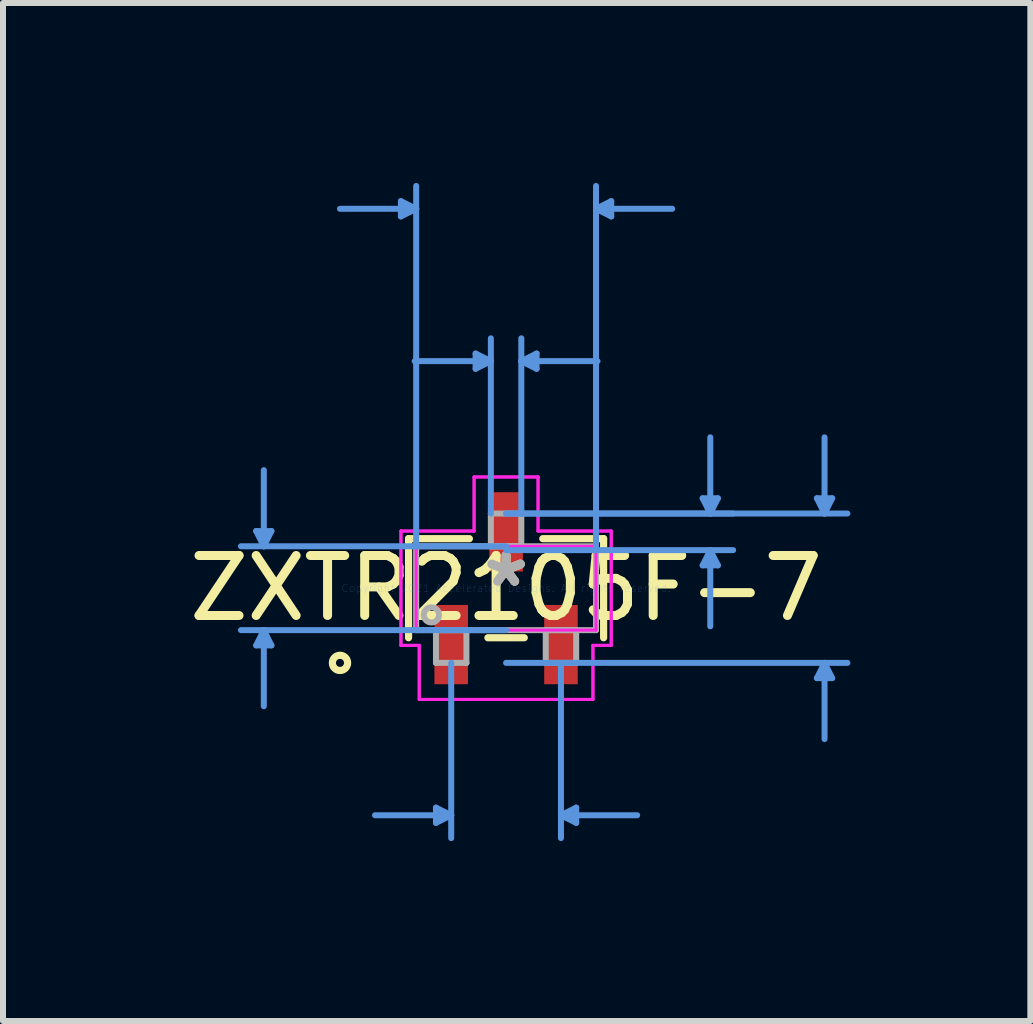
<source format=kicad_pcb>
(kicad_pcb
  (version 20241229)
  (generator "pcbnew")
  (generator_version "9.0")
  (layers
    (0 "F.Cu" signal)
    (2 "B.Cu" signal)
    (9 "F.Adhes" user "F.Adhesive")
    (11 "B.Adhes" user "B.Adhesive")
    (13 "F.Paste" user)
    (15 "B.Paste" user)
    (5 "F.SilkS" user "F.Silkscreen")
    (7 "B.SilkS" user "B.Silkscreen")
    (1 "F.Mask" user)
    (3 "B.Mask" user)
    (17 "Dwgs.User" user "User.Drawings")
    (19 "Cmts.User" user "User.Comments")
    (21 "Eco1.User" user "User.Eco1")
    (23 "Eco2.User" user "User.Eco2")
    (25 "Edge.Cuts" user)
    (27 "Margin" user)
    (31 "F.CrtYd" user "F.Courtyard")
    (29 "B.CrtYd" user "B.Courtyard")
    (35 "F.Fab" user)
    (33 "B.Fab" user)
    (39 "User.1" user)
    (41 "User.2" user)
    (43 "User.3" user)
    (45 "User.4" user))
  (footprint "ZXTR2105F-7"
    (layer "F.Cu")
    (at 5.387 6.756)
    (property "Reference" "ZXTR2105F-7" (at 0 0 0) (layer "F.SilkS") (effects (font (size 1 1) (thickness 0.15))))
    (attr through_hole)
    (fp_line (start -1.626 -0.826) (end -1.626 0.826) (stroke (width 0.12) (type solid)) (layer "F.SilkS"))
    (fp_line (start -0.612 -0.826) (end -1.626 -0.826) (stroke (width 0.12) (type solid)) (layer "F.SilkS"))
    (fp_line (start -0.303 0.826) (end 0.303 0.826) (stroke (width 0.12) (type solid)) (layer "F.SilkS"))
    (fp_line (start 1.626 -0.826) (end 0.612 -0.826) (stroke (width 0.12) (type solid)) (layer "F.SilkS"))
    (fp_line (start 1.626 0.826) (end 1.626 -0.826) (stroke (width 0.12) (type solid)) (layer "F.SilkS"))
    (fp_circle (center -2.769 1.245) (end -2.642 1.245) (stroke (width 0.12) (type solid)) (fill no) (layer "F.SilkS"))
    (fp_line (start -4.166 -0.953) (end -3.912 -0.953) (stroke (width 0.1) (type solid)) (layer "Cmts.User"))
    (fp_line (start -4.166 0.953) (end -3.912 0.953) (stroke (width 0.1) (type solid)) (layer "Cmts.User"))
    (fp_line (start -4.039 -0.699) (end -4.166 -0.953) (stroke (width 0.1) (type solid)) (layer "Cmts.User"))
    (fp_line (start -4.039 -0.699) (end -4.039 -1.968) (stroke (width 0.1) (type solid)) (layer "Cmts.User"))
    (fp_line (start -4.039 -0.699) (end -3.912 -0.953) (stroke (width 0.1) (type solid)) (layer "Cmts.User"))
    (fp_line (start -4.039 0.699) (end -4.166 0.953) (stroke (width 0.1) (type solid)) (layer "Cmts.User"))
    (fp_line (start -4.039 0.699) (end -4.039 1.968) (stroke (width 0.1) (type solid)) (layer "Cmts.User"))
    (fp_line (start -4.039 0.699) (end -3.912 0.953) (stroke (width 0.1) (type solid)) (layer "Cmts.User"))
    (fp_line (start -1.753 -6.452) (end -1.753 -6.198) (stroke (width 0.1) (type solid)) (layer "Cmts.User"))
    (fp_line (start -1.499 -6.325) (end -2.769 -6.325) (stroke (width 0.1) (type solid)) (layer "Cmts.User"))
    (fp_line (start -1.499 -6.325) (end -1.753 -6.452) (stroke (width 0.1) (type solid)) (layer "Cmts.User"))
    (fp_line (start -1.499 -6.325) (end -1.753 -6.198) (stroke (width 0.1) (type solid)) (layer "Cmts.User"))
    (fp_line (start -1.499 -0.699) (end -1.499 -6.706) (stroke (width 0.1) (type solid)) (layer "Cmts.User"))
    (fp_line (start -1.169 3.658) (end -1.169 3.912) (stroke (width 0.1) (type solid)) (layer "Cmts.User"))
    (fp_line (start -0.915 1.245) (end -0.915 4.166) (stroke (width 0.1) (type solid)) (layer "Cmts.User"))
    (fp_line (start -0.915 3.785) (end -2.185 3.785) (stroke (width 0.1) (type solid)) (layer "Cmts.User"))
    (fp_line (start -0.915 3.785) (end -1.169 3.658) (stroke (width 0.1) (type solid)) (layer "Cmts.User"))
    (fp_line (start -0.915 3.785) (end -1.169 3.912) (stroke (width 0.1) (type solid)) (layer "Cmts.User"))
    (fp_line (start -0.508 -3.912) (end -0.508 -3.658) (stroke (width 0.1) (type solid)) (layer "Cmts.User"))
    (fp_line (start -0.254 -3.785) (end -1.524 -3.785) (stroke (width 0.1) (type solid)) (layer "Cmts.User"))
    (fp_line (start -0.254 -3.785) (end -0.508 -3.912) (stroke (width 0.1) (type solid)) (layer "Cmts.User"))
    (fp_line (start -0.254 -3.785) (end -0.508 -3.658) (stroke (width 0.1) (type solid)) (layer "Cmts.User"))
    (fp_line (start -0.254 -1.245) (end -0.254 -4.166) (stroke (width 0.1) (type solid)) (layer "Cmts.User"))
    (fp_line (start 0 -1.245) (end 3.785 -1.245) (stroke (width 0.1) (type solid)) (layer "Cmts.User"))
    (fp_line (start 0 -1.245) (end 5.69 -1.245) (stroke (width 0.1) (type solid)) (layer "Cmts.User"))
    (fp_line (start 0 -0.699) (end -4.42 -0.699) (stroke (width 0.1) (type solid)) (layer "Cmts.User"))
    (fp_line (start 0 -0.635) (end 3.785 -0.635) (stroke (width 0.1) (type solid)) (layer "Cmts.User"))
    (fp_line (start 0 0.699) (end -4.42 0.699) (stroke (width 0.1) (type solid)) (layer "Cmts.User"))
    (fp_line (start 0 1.245) (end 5.69 1.245) (stroke (width 0.1) (type solid)) (layer "Cmts.User"))
    (fp_line (start 0.254 -3.785) (end 0.508 -3.912) (stroke (width 0.1) (type solid)) (layer "Cmts.User"))
    (fp_line (start 0.254 -3.785) (end 0.508 -3.658) (stroke (width 0.1) (type solid)) (layer "Cmts.User"))
    (fp_line (start 0.254 -3.785) (end 1.524 -3.785) (stroke (width 0.1) (type solid)) (layer "Cmts.User"))
    (fp_line (start 0.254 -1.245) (end 0.254 -4.166) (stroke (width 0.1) (type solid)) (layer "Cmts.User"))
    (fp_line (start 0.508 -3.912) (end 0.508 -3.658) (stroke (width 0.1) (type solid)) (layer "Cmts.User"))
    (fp_line (start 0.915 1.245) (end 0.915 4.166) (stroke (width 0.1) (type solid)) (layer "Cmts.User"))
    (fp_line (start 0.915 3.785) (end 1.169 3.658) (stroke (width 0.1) (type solid)) (layer "Cmts.User"))
    (fp_line (start 0.915 3.785) (end 1.169 3.912) (stroke (width 0.1) (type solid)) (layer "Cmts.User"))
    (fp_line (start 0.915 3.785) (end 2.185 3.785) (stroke (width 0.1) (type solid)) (layer "Cmts.User"))
    (fp_line (start 1.169 3.658) (end 1.169 3.912) (stroke (width 0.1) (type solid)) (layer "Cmts.User"))
    (fp_line (start 1.499 -6.325) (end 1.753 -6.452) (stroke (width 0.1) (type solid)) (layer "Cmts.User"))
    (fp_line (start 1.499 -6.325) (end 1.753 -6.198) (stroke (width 0.1) (type solid)) (layer "Cmts.User"))
    (fp_line (start 1.499 -6.325) (end 2.769 -6.325) (stroke (width 0.1) (type solid)) (layer "Cmts.User"))
    (fp_line (start 1.499 -0.699) (end 1.499 -6.706) (stroke (width 0.1) (type solid)) (layer "Cmts.User"))
    (fp_line (start 1.753 -6.452) (end 1.753 -6.198) (stroke (width 0.1) (type solid)) (layer "Cmts.User"))
    (fp_line (start 3.277 -1.499) (end 3.531 -1.499) (stroke (width 0.1) (type solid)) (layer "Cmts.User"))
    (fp_line (start 3.277 -0.381) (end 3.531 -0.381) (stroke (width 0.1) (type solid)) (layer "Cmts.User"))
    (fp_line (start 3.404 -1.245) (end 3.277 -1.499) (stroke (width 0.1) (type solid)) (layer "Cmts.User"))
    (fp_line (start 3.404 -1.245) (end 3.404 -2.515) (stroke (width 0.1) (type solid)) (layer "Cmts.User"))
    (fp_line (start 3.404 -1.245) (end 3.531 -1.499) (stroke (width 0.1) (type solid)) (layer "Cmts.User"))
    (fp_line (start 3.404 -0.635) (end 3.277 -0.381) (stroke (width 0.1) (type solid)) (layer "Cmts.User"))
    (fp_line (start 3.404 -0.635) (end 3.404 0.635) (stroke (width 0.1) (type solid)) (layer "Cmts.User"))
    (fp_line (start 3.404 -0.635) (end 3.531 -0.381) (stroke (width 0.1) (type solid)) (layer "Cmts.User"))
    (fp_line (start 5.182 -1.499) (end 5.436 -1.499) (stroke (width 0.1) (type solid)) (layer "Cmts.User"))
    (fp_line (start 5.182 1.499) (end 5.436 1.499) (stroke (width 0.1) (type solid)) (layer "Cmts.User"))
    (fp_line (start 5.309 -1.245) (end 5.182 -1.499) (stroke (width 0.1) (type solid)) (layer "Cmts.User"))
    (fp_line (start 5.309 -1.245) (end 5.309 -2.515) (stroke (width 0.1) (type solid)) (layer "Cmts.User"))
    (fp_line (start 5.309 -1.245) (end 5.436 -1.499) (stroke (width 0.1) (type solid)) (layer "Cmts.User"))
    (fp_line (start 5.309 1.245) (end 5.182 1.499) (stroke (width 0.1) (type solid)) (layer "Cmts.User"))
    (fp_line (start 5.309 1.245) (end 5.309 2.515) (stroke (width 0.1) (type solid)) (layer "Cmts.User"))
    (fp_line (start 5.309 1.245) (end 5.436 1.499) (stroke (width 0.1) (type solid)) (layer "Cmts.User"))
    (fp_line (start -1.753 -0.953) (end -0.533 -0.953) (stroke (width 0.05) (type solid)) (layer "F.CrtYd"))
    (fp_line (start -1.753 -0.953) (end -0.533 -0.953) (stroke (width 0.05) (type solid)) (layer "F.CrtYd"))
    (fp_line (start -1.753 0.953) (end -1.753 -0.953) (stroke (width 0.05) (type solid)) (layer "F.CrtYd"))
    (fp_line (start -1.753 0.953) (end -1.753 -0.953) (stroke (width 0.05) (type solid)) (layer "F.CrtYd"))
    (fp_line (start -1.753 0.953) (end -1.448 0.953) (stroke (width 0.05) (type solid)) (layer "F.CrtYd"))
    (fp_line (start -1.499 -0.699) (end 1.499 -0.699) (stroke (width 0.05) (type solid)) (layer "F.CrtYd"))
    (fp_line (start -1.499 0.699) (end -1.499 -0.699) (stroke (width 0.05) (type solid)) (layer "F.CrtYd"))
    (fp_line (start -1.448 0.953) (end -1.753 0.953) (stroke (width 0.05) (type solid)) (layer "F.CrtYd"))
    (fp_line (start -1.448 0.953) (end -1.448 1.854) (stroke (width 0.05) (type solid)) (layer "F.CrtYd"))
    (fp_line (start -1.448 1.854) (end -1.448 0.953) (stroke (width 0.05) (type solid)) (layer "F.CrtYd"))
    (fp_line (start -1.448 1.854) (end 1.448 1.854) (stroke (width 0.05) (type solid)) (layer "F.CrtYd"))
    (fp_line (start -0.533 -1.854) (end 0.533 -1.854) (stroke (width 0.05) (type solid)) (layer "F.CrtYd"))
    (fp_line (start -0.533 -1.854) (end 0.533 -1.854) (stroke (width 0.05) (type solid)) (layer "F.CrtYd"))
    (fp_line (start -0.533 -0.953) (end -0.533 -1.854) (stroke (width 0.05) (type solid)) (layer "F.CrtYd"))
    (fp_line (start -0.533 -0.953) (end -0.533 -1.854) (stroke (width 0.05) (type solid)) (layer "F.CrtYd"))
    (fp_line (start 0.533 -1.854) (end 0.533 -0.953) (stroke (width 0.05) (type solid)) (layer "F.CrtYd"))
    (fp_line (start 0.533 -0.953) (end 0.533 -1.854) (stroke (width 0.05) (type solid)) (layer "F.CrtYd"))
    (fp_line (start 0.533 -0.953) (end 1.753 -0.953) (stroke (width 0.05) (type solid)) (layer "F.CrtYd"))
    (fp_line (start 1.448 0.953) (end 1.448 1.854) (stroke (width 0.05) (type solid)) (layer "F.CrtYd"))
    (fp_line (start 1.448 0.953) (end 1.448 1.854) (stroke (width 0.05) (type solid)) (layer "F.CrtYd"))
    (fp_line (start 1.448 1.854) (end -1.448 1.854) (stroke (width 0.05) (type solid)) (layer "F.CrtYd"))
    (fp_line (start 1.499 -0.699) (end 1.499 0.699) (stroke (width 0.05) (type solid)) (layer "F.CrtYd"))
    (fp_line (start 1.499 0.699) (end -1.499 0.699) (stroke (width 0.05) (type solid)) (layer "F.CrtYd"))
    (fp_line (start 1.753 -0.953) (end 0.533 -0.953) (stroke (width 0.05) (type solid)) (layer "F.CrtYd"))
    (fp_line (start 1.753 -0.953) (end 1.753 0.953) (stroke (width 0.05) (type solid)) (layer "F.CrtYd"))
    (fp_line (start 1.753 -0.953) (end 1.753 0.953) (stroke (width 0.05) (type solid)) (layer "F.CrtYd"))
    (fp_line (start 1.753 0.953) (end 1.448 0.953) (stroke (width 0.05) (type solid)) (layer "F.CrtYd"))
    (fp_line (start 1.753 0.953) (end 1.448 0.953) (stroke (width 0.05) (type solid)) (layer "F.CrtYd"))
    (fp_line (start -1.499 -0.699) (end -1.499 0.699) (stroke (width 0.1) (type solid)) (layer "F.Fab"))
    (fp_line (start -1.499 0.699) (end 1.499 0.699) (stroke (width 0.1) (type solid)) (layer "F.Fab"))
    (fp_line (start -1.169 0.699) (end -1.169 1.245) (stroke (width 0.1) (type solid)) (layer "F.Fab"))
    (fp_line (start -1.169 1.245) (end -0.661 1.245) (stroke (width 0.1) (type solid)) (layer "F.Fab"))
    (fp_line (start -0.661 0.699) (end -1.169 0.699) (stroke (width 0.1) (type solid)) (layer "F.Fab"))
    (fp_line (start -0.661 1.245) (end -0.661 0.699) (stroke (width 0.1) (type solid)) (layer "F.Fab"))
    (fp_line (start -0.254 -1.245) (end -0.254 -0.699) (stroke (width 0.1) (type solid)) (layer "F.Fab"))
    (fp_line (start -0.254 -0.699) (end 0.254 -0.699) (stroke (width 0.1) (type solid)) (layer "F.Fab"))
    (fp_line (start 0.254 -1.245) (end -0.254 -1.245) (stroke (width 0.1) (type solid)) (layer "F.Fab"))
    (fp_line (start 0.254 -0.699) (end 0.254 -1.245) (stroke (width 0.1) (type solid)) (layer "F.Fab"))
    (fp_line (start 0.661 0.699) (end 0.661 1.245) (stroke (width 0.1) (type solid)) (layer "F.Fab"))
    (fp_line (start 0.661 1.245) (end 1.169 1.245) (stroke (width 0.1) (type solid)) (layer "F.Fab"))
    (fp_line (start 1.169 0.699) (end 0.661 0.699) (stroke (width 0.1) (type solid)) (layer "F.Fab"))
    (fp_line (start 1.169 1.245) (end 1.169 0.699) (stroke (width 0.1) (type solid)) (layer "F.Fab"))
    (fp_line (start 1.499 -0.699) (end -1.499 -0.699) (stroke (width 0.1) (type solid)) (layer "F.Fab"))
    (fp_line (start 1.499 0.699) (end 1.499 -0.699) (stroke (width 0.1) (type solid)) (layer "F.Fab"))
    (fp_circle (center -1.245 0.445) (end -1.118 0.445) (stroke (width 0.1) (type solid)) (fill no) (layer "F.Fab"))
    (fp_text user "*" (at 0 0 0) (layer "F.SilkS") (effects (font (size 1 1) (thickness 0.15))))
    (fp_text user "Copyright 2021 Accelerated Designs. All rights reserved." (at 0 0 0) (layer "Cmts.User") (effects (font (size 0.127 0.127) (thickness 0.002))))
    (fp_text user "*" (at 0 0 0) (layer "F.Fab") (effects (font (size 1 1) (thickness 0.15))))
    (pad "1" smd rect (at -0.915 0.94) (size 0.559 1.321) (layers "F.Cu" "F.Mask" "F.Paste"))
    (pad "2" smd rect (at 0.915 0.94) (size 0.559 1.321) (layers "F.Cu" "F.Mask" "F.Paste"))
    (pad "3" smd rect (at 0 -0.94) (size 0.559 1.321) (layers "F.Cu" "F.Mask" "F.Paste")))
  (gr_rect
    (start -3 -3)
    (end 14.127 13.971)
    (stroke (width 0.1) (type default))
    (fill no)
    (layer "Edge.Cuts")))
</source>
